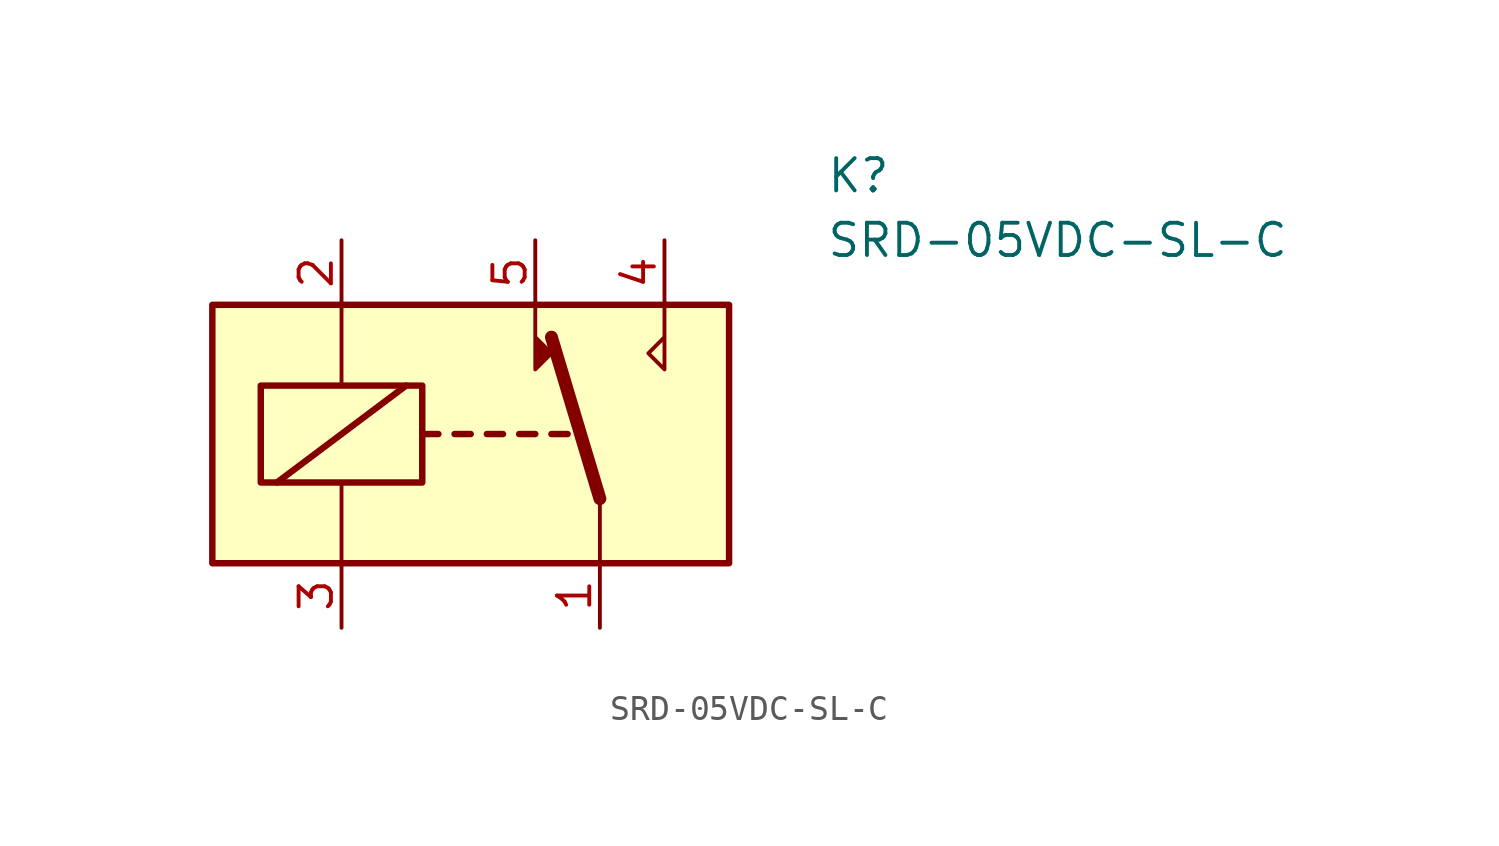
<source format=kicad_sym>
(kicad_symbol_lib
  (version 20211014)
  (generator kicad_symbol_editor)
  (symbol "SRD-05VDC-SL-C"
    (pin_names
      (offset 0.762))
    (property "Reference" "K"
      (at 19.05 12.7 0)
      (effects (font (size 1.27 1.27)) (justify left)))
    (property "Value" "SRD-05VDC-SL-C"
      (at 19.05 10.16 0)
      (effects (font (size 1.27 1.27)) (justify left)))
    (symbol "SRD-05VDC-SL-C_0_0"
      (polyline (pts (xy 12.7 7.62) (xy 12.7 5.08) (xy 12.065 5.715) (xy 12.7 6.35)) (stroke (width 0) (type default) (color 0 0 0 0)) (fill (type none))))
    (symbol "SRD-05VDC-SL-C_0_1"
      (rectangle (start -5.08 7.62) (end 15.24 -2.54) (stroke (width 0.254) (type default) (color 0 0 0 0)) (fill (type background)))
      (rectangle (start -3.175 4.445) (end 3.175 0.635) (stroke (width 0.254) (type default) (color 0 0 0 0)) (fill (type none)))
      (polyline (pts (xy -2.54 0.635) (xy 2.54 4.445)) (stroke (width 0.254) (type default) (color 0 0 0 0)) (fill (type none)))
      (polyline (pts (xy 0 -2.54) (xy 0 0.635)) (stroke (width 0) (type default) (color 0 0 0 0)) (fill (type none)))
      (polyline (pts (xy 0 7.62) (xy 0 4.445)) (stroke (width 0) (type default) (color 0 0 0 0)) (fill (type none)))
      (polyline (pts (xy 3.175 2.54) (xy 3.81 2.54)) (stroke (width 0.254) (type default) (color 0 0 0 0)) (fill (type none)))
      (polyline (pts (xy 4.445 2.54) (xy 5.08 2.54)) (stroke (width 0.254) (type default) (color 0 0 0 0)) (fill (type none)))
      (polyline (pts (xy 5.715 2.54) (xy 6.35 2.54)) (stroke (width 0.254) (type default) (color 0 0 0 0)) (fill (type none)))
      (polyline (pts (xy 6.985 2.54) (xy 7.62 2.54)) (stroke (width 0.254) (type default) (color 0 0 0 0)) (fill (type none)))
      (polyline (pts (xy 8.255 2.54) (xy 8.89 2.54)) (stroke (width 0.254) (type default) (color 0 0 0 0)) (fill (type none)))
      (polyline (pts (xy 10.16 0) (xy 8.255 6.35)) (stroke (width 0.508) (type default) (color 0 0 0 0)) (fill (type none)))
      (polyline (pts (xy 10.16 0) (xy 10.16 -2.54)) (stroke (width 0) (type default) (color 0 0 0 0)) (fill (type none)))
      (polyline (pts (xy 7.62 7.62) (xy 7.62 5.08) (xy 8.255 5.715) (xy 7.62 6.35)) (stroke (width 0) (type default) (color 0 0 0 0)) (fill (type outline))))
    (symbol "SRD-05VDC-SL-C_1_1"
      (pin passive line (at 10.16 -5.08 90) (length 2.54) (name "~" (effects (font (size 1.27 1.27)))) (number "1" (effects (font (size 1.27 1.27)))))
      (pin passive line (at 0 10.16 270) (length 2.54) (name "~" (effects (font (size 1.27 1.27)))) (number "2" (effects (font (size 1.27 1.27)))))
      (pin passive line (at 0 -5.08 90) (length 2.54) (name "~" (effects (font (size 1.27 1.27)))) (number "3" (effects (font (size 1.27 1.27)))))
      (pin passive line (at 12.7 10.16 270) (length 2.54) (name "~" (effects (font (size 1.27 1.27)))) (number "4" (effects (font (size 1.27 1.27)))))
      (pin passive line (at 7.62 10.16 270) (length 2.54) (name "~" (effects (font (size 1.27 1.27)))) (number "5" (effects (font (size 1.27 1.27))))))))
</source>
